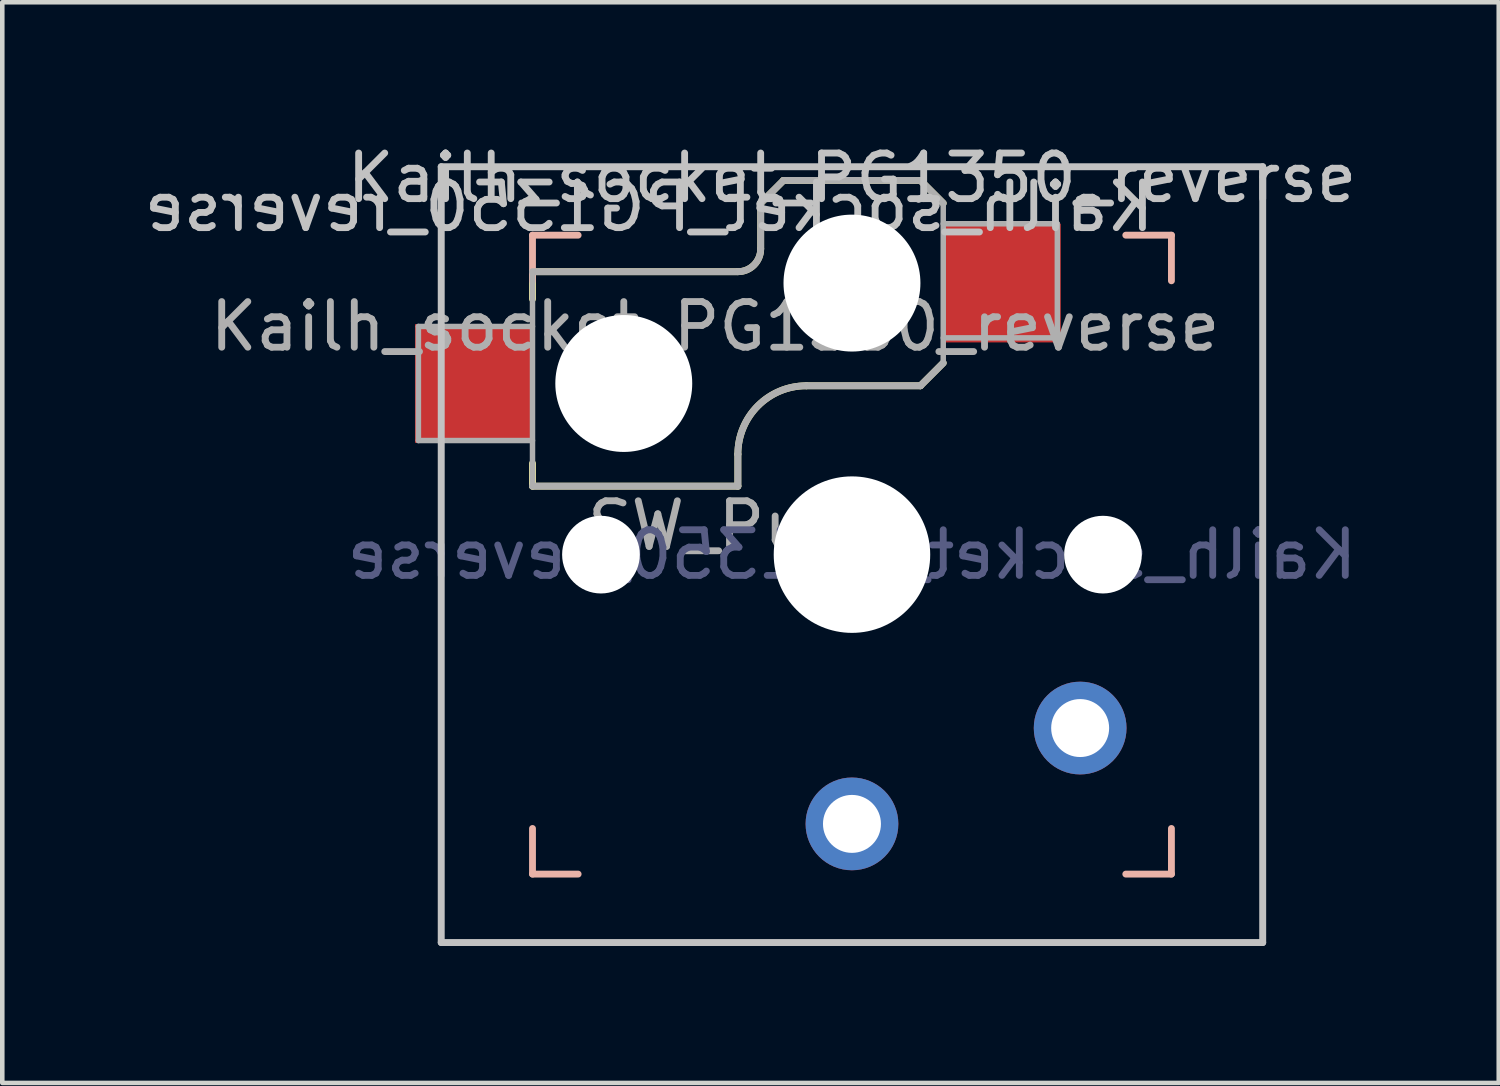
<source format=kicad_pcb>
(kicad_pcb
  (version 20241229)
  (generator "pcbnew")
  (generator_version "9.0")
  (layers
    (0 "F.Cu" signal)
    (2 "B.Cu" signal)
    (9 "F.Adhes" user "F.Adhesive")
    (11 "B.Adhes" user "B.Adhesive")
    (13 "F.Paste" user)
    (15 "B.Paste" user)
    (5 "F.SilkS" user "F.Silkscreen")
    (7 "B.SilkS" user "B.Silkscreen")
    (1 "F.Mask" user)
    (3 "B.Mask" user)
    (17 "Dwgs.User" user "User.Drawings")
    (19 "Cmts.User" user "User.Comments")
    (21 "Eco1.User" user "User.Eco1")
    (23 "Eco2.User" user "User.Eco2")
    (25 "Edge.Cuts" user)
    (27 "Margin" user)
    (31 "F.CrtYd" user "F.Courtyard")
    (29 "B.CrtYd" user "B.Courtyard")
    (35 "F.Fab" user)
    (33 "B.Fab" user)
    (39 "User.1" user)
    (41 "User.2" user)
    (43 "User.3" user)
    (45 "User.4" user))
  (footprint "Kailh_socket_PG1350_reverse"
    (layer "F.Cu")
    (at 15.618 9.103)
    (property "Reference" "Kailh_socket_PG1350_reverse" (at 0 -8.255 0) (layer "Dwgs.User") (effects (font (size 1 1) (thickness 0.15))))
    (property "Value" "SW_Push" (at 0 8.25 0) (layer "B.Fab") (hide yes) (effects (font (size 1 1) (thickness 0.15)) (justify mirror)))
    (attr through_hole)
    (fp_line (start -7 -6.2) (end -7 -5.6) (stroke (width 0.15) (type solid)) (layer "F.SilkS"))
    (fp_line (start -7 -2) (end -7 -1.5) (stroke (width 0.15) (type solid)) (layer "F.SilkS"))
    (fp_line (start -7 -1.5) (end -2.5 -1.5) (stroke (width 0.15) (type solid)) (layer "F.SilkS"))
    (fp_line (start -2.5 -6.2) (end -7 -6.2) (stroke (width 0.15) (type solid)) (layer "F.SilkS"))
    (fp_line (start -2.5 -1.5) (end -2.5 -2.2) (stroke (width 0.15) (type solid)) (layer "F.SilkS"))
    (fp_line (start -2 -7.7) (end -2 -6.7) (stroke (width 0.15) (type solid)) (layer "F.SilkS"))
    (fp_line (start -2 -7.7) (end -1.5 -8.2) (stroke (width 0.15) (type solid)) (layer "F.SilkS"))
    (fp_line (start -1.5 -8.2) (end 1.5 -8.2) (stroke (width 0.15) (type solid)) (layer "F.SilkS"))
    (fp_line (start -1 -3.7) (end 1.5 -3.7) (stroke (width 0.15) (type solid)) (layer "F.SilkS"))
    (fp_line (start 1.5 -8.2) (end 2 -7.7) (stroke (width 0.15) (type solid)) (layer "F.SilkS"))
    (fp_line (start 1.5 -3.7) (end 2 -4.2) (stroke (width 0.15) (type solid)) (layer "F.SilkS"))
    (fp_arc (start -2.5 -2.2) (mid -2.06066 -3.26066) (end -1 -3.7) (stroke (width 0.15) (type solid)) (layer "F.SilkS"))
    (fp_arc (start -2 -6.7) (mid -2.146447 -6.346447) (end -2.5 -6.2) (stroke (width 0.15) (type solid)) (layer "F.SilkS"))
    (fp_line (start -7 -6) (end -7 -7) (stroke (width 0.15) (type solid)) (layer "B.SilkS"))
    (fp_line (start -7 7) (end -7 6) (stroke (width 0.15) (type solid)) (layer "B.SilkS"))
    (fp_line (start -7 7) (end -6 7) (stroke (width 0.15) (type solid)) (layer "B.SilkS"))
    (fp_line (start -6 -7) (end -7 -7) (stroke (width 0.15) (type solid)) (layer "B.SilkS"))
    (fp_line (start 6 7) (end 7 7) (stroke (width 0.15) (type solid)) (layer "B.SilkS"))
    (fp_line (start 7 -7) (end 6 -7) (stroke (width 0.15) (type solid)) (layer "B.SilkS"))
    (fp_line (start 7 -7) (end 7 -6) (stroke (width 0.15) (type solid)) (layer "B.SilkS"))
    (fp_line (start 7 6) (end 7 7) (stroke (width 0.15) (type solid)) (layer "B.SilkS"))
    (fp_line (start -9 -8.5) (end 9 -8.5) (stroke (width 0.152) (type solid)) (layer "Dwgs.User"))
    (fp_line (start -9 8.5) (end -9 -8.5) (stroke (width 0.152) (type solid)) (layer "Dwgs.User"))
    (fp_line (start 9 -8.5) (end 9 8.5) (stroke (width 0.152) (type solid)) (layer "Dwgs.User"))
    (fp_line (start 9 8.5) (end -9 8.5) (stroke (width 0.152) (type solid)) (layer "Dwgs.User"))
    (fp_line (start -6.9 6.9) (end -6.9 -6.9) (stroke (width 0.15) (type solid)) (layer "Eco2.User"))
    (fp_line (start -6.9 6.9) (end 6.9 6.9) (stroke (width 0.15) (type solid)) (layer "Eco2.User"))
    (fp_line (start -2.6 -6.3) (end -2.6 -3.1) (stroke (width 0.15) (type solid)) (layer "Eco2.User"))
    (fp_line (start -2.6 -3.1) (end 2.6 -3.1) (stroke (width 0.15) (type solid)) (layer "Eco2.User"))
    (fp_line (start 2.6 -6.3) (end -2.6 -6.3) (stroke (width 0.15) (type solid)) (layer "Eco2.User"))
    (fp_line (start 2.6 -6.3) (end 2.6 -3.1) (stroke (width 0.15) (type solid)) (layer "Eco2.User"))
    (fp_line (start 6.9 -6.9) (end -6.9 -6.9) (stroke (width 0.15) (type solid)) (layer "Eco2.User"))
    (fp_line (start 6.9 -6.9) (end 6.9 6.9) (stroke (width 0.15) (type solid)) (layer "Eco2.User"))
    (fp_line (start -9.5 -5) (end -7 -5) (stroke (width 0.12) (type solid)) (layer "F.Fab"))
    (fp_line (start -9.5 -2.5) (end -9.5 -5) (stroke (width 0.12) (type solid)) (layer "F.Fab"))
    (fp_line (start -7 -6.2) (end -7 -1.5) (stroke (width 0.12) (type solid)) (layer "F.Fab"))
    (fp_line (start -7 -2.5) (end -9.5 -2.5) (stroke (width 0.12) (type solid)) (layer "F.Fab"))
    (fp_line (start -7 -1.5) (end -2.5 -1.5) (stroke (width 0.15) (type solid)) (layer "F.Fab"))
    (fp_line (start -2.5 -6.2) (end -7 -6.2) (stroke (width 0.15) (type solid)) (layer "F.Fab"))
    (fp_line (start -2.5 -1.5) (end -2.5 -2.2) (stroke (width 0.15) (type solid)) (layer "F.Fab"))
    (fp_line (start -2 -7.7) (end -2 -6.7) (stroke (width 0.15) (type solid)) (layer "F.Fab"))
    (fp_line (start -2 -7.7) (end -1.5 -8.2) (stroke (width 0.15) (type solid)) (layer "F.Fab"))
    (fp_line (start -1.5 -8.2) (end 1.5 -8.2) (stroke (width 0.15) (type solid)) (layer "F.Fab"))
    (fp_line (start -1 -3.7) (end 1.5 -3.7) (stroke (width 0.15) (type solid)) (layer "F.Fab"))
    (fp_line (start 1.5 -8.2) (end 2 -7.7) (stroke (width 0.15) (type solid)) (layer "F.Fab"))
    (fp_line (start 1.5 -3.7) (end 2 -4.2) (stroke (width 0.15) (type solid)) (layer "F.Fab"))
    (fp_line (start 2 -7.7) (end 2 -4.25) (stroke (width 0.12) (type solid)) (layer "F.Fab"))
    (fp_line (start 2 -7.25) (end 4.5 -7.25) (stroke (width 0.12) (type solid)) (layer "F.Fab"))
    (fp_line (start 4.5 -7.25) (end 4.5 -4.75) (stroke (width 0.12) (type solid)) (layer "F.Fab"))
    (fp_line (start 4.5 -4.75) (end 2 -4.75) (stroke (width 0.12) (type solid)) (layer "F.Fab"))
    (fp_arc (start -2.5 -2.2) (mid -2.06066 -3.26066) (end -1 -3.7) (stroke (width 0.15) (type solid)) (layer "F.Fab"))
    (fp_arc (start -2 -6.7) (mid -2.146447 -6.346447) (end -2.5 -6.2) (stroke (width 0.15) (type solid)) (layer "F.Fab"))
    (fp_text user "${REFERENCE}" (at -4.445 -7.62 0) (layer "Dwgs.User") (effects (font (size 1 1) (thickness 0.15)) (justify mirror)))
    (fp_text user "${REFERENCE}" (at 0 0 0) (layer "B.Fab") (effects (font (size 1 1) (thickness 0.15)) (justify mirror)))
    (fp_text user "${VALUE}" (at -2.54 -0.635 0) (layer "F.Fab") (effects (font (size 1 1) (thickness 0.15))))
    (fp_text user "${REFERENCE}" (at -3 -5 180) (layer "F.Fab") (effects (font (size 1 1) (thickness 0.15))))
    (pad "" np_thru_hole circle (at -5.5 0) (size 1.702 1.702) (drill 1.702) (layers "*.Cu" "*.Mask"))
    (pad "" np_thru_hole circle (at -5 -3.75) (size 3 3) (drill 3) (layers "*.Cu" "*.Mask"))
    (pad "" np_thru_hole circle (at 0 -5.95) (size 3 3) (drill 3) (layers "*.Cu" "*.Mask"))
    (pad "" np_thru_hole circle (at 0 0) (size 3.429 3.429) (drill 3.429) (layers "*.Cu" "*.Mask"))
    (pad "" np_thru_hole circle (at 5.5 0) (size 1.702 1.702) (drill 1.702) (layers "*.Cu" "*.Mask"))
    (pad "1" thru_hole circle (at 0 5.9) (size 2.032 2.032) (drill 1.27) (layers "*.Cu" "*.Mask"))
    (pad "1" smd rect (at 3.275 -5.95) (size 2.6 2.6) (layers "F.Cu" "F.Mask" "F.Paste"))
    (pad "2" smd rect (at -8.275 -3.75) (size 2.6 2.6) (layers "F.Cu" "F.Mask" "F.Paste"))
    (pad "2" thru_hole circle (at 5 3.8) (size 2.032 2.032) (drill 1.27) (layers "*.Cu" "*.Mask")))
  (gr_rect
    (start -3 -3)
    (end 29.79 20.679)
    (stroke (width 0.1) (type default))
    (fill no)
    (layer "Edge.Cuts")))
</source>
